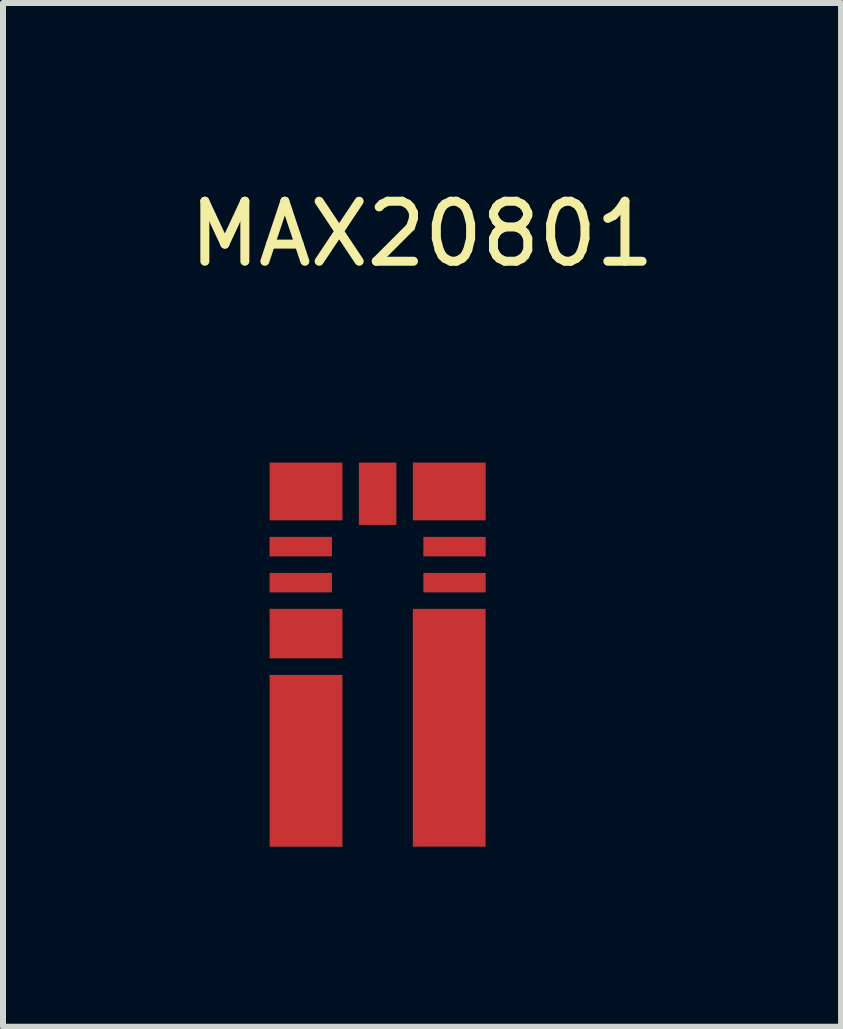
<source format=kicad_pcb>
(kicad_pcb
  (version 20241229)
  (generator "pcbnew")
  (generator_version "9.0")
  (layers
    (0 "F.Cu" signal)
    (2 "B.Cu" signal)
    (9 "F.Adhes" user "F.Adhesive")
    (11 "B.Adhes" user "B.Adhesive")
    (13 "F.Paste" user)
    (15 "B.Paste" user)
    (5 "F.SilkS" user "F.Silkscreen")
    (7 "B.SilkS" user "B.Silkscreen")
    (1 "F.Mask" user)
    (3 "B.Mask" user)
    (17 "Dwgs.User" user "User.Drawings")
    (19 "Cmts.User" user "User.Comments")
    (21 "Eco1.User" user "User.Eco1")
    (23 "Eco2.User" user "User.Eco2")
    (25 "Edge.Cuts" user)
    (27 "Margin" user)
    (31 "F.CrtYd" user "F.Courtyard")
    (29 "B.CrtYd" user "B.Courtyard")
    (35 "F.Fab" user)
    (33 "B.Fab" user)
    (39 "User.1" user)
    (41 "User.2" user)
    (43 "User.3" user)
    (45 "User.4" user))
  (footprint "MAX20801"
    (layer "F.Cu")
    (at 6.522 5.928)
    (property "Reference" "MAX20801" (at -2.54 -5.08 0) (layer "F.SilkS") (effects (font (size 1 1) (thickness 0.15))))
    (attr through_hole)
    (pad "A" smd rect (at -4.473 -0.789) (size 1.213 0.962) (layers "F.Cu" "F.Mask" "F.Paste"))
    (pad "A" smd rect (at -2.086 -0.789) (size 1.213 0.962) (layers "F.Cu" "F.Mask" "F.Paste"))
    (pad "B" smd rect (at -3.28 -0.751) (size 0.625 1.038) (layers "F.Cu" "F.Mask" "F.Paste"))
    (pad "C" smd rect (at -4.561 0.13) (size 1.038 0.325) (layers "F.Cu" "F.Mask" "F.Paste"))
    (pad "C" smd rect (at -4.561 0.73) (size 1.038 0.325) (layers "F.Cu" "F.Mask" "F.Paste"))
    (pad "C" smd rect (at -1.999 0.13) (size 1.038 0.325) (layers "F.Cu" "F.Mask" "F.Paste"))
    (pad "C" smd rect (at -1.999 0.73) (size 1.038 0.325) (layers "F.Cu" "F.Mask" "F.Paste"))
    (pad "D" smd rect (at -4.473 1.579) (size 1.213 0.825) (layers "F.Cu" "F.Mask" "F.Paste"))
    (pad "E" smd rect (at -4.473 3.699) (size 1.213 2.863) (layers "F.Cu" "F.Mask" "F.Paste"))
    (pad "F" smd rect (at -2.087 3.148) (size 1.213 3.963) (layers "F.Cu" "F.Mask" "F.Paste")))
  (gr_rect
    (start -3 -3)
    (end 10.964 14.058)
    (stroke (width 0.1) (type default))
    (fill no)
    (layer "Edge.Cuts")))
</source>
